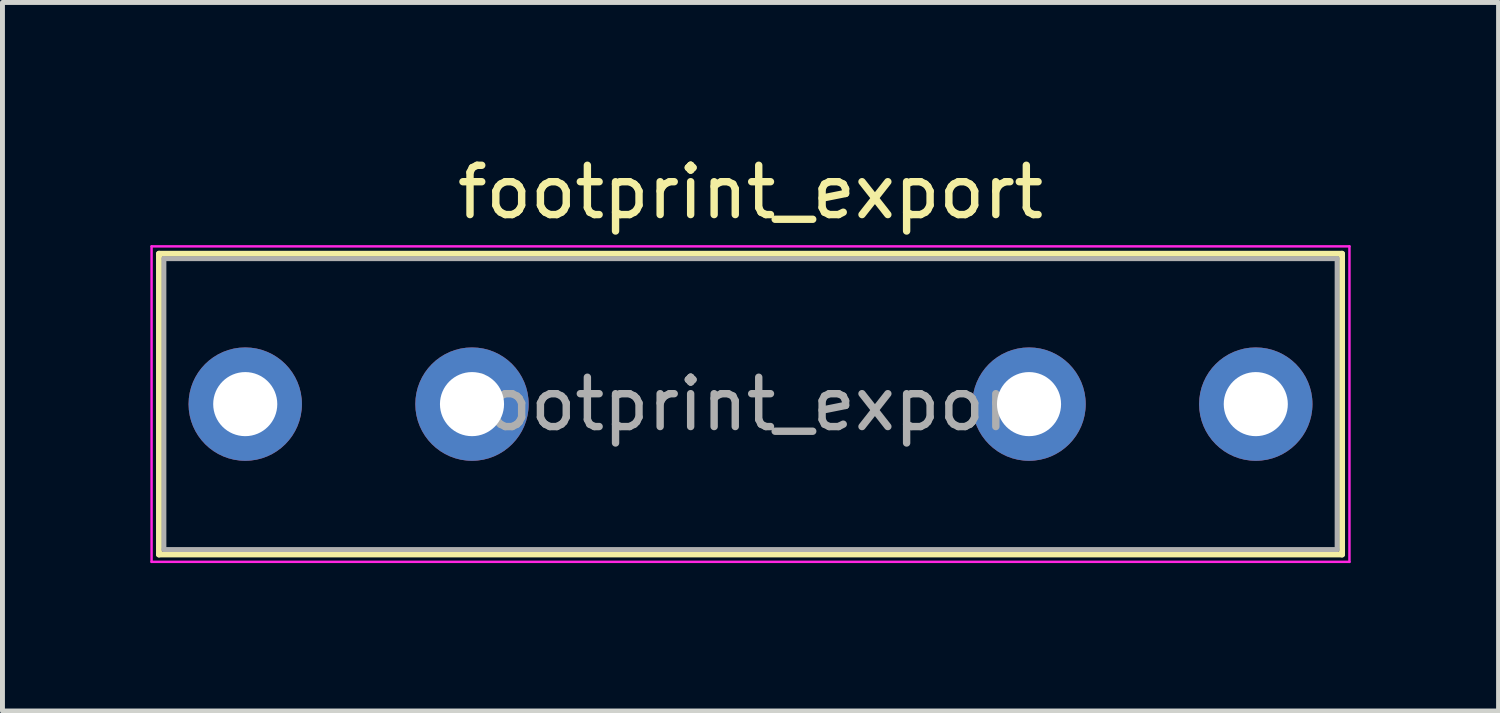
<source format=kicad_pcb>
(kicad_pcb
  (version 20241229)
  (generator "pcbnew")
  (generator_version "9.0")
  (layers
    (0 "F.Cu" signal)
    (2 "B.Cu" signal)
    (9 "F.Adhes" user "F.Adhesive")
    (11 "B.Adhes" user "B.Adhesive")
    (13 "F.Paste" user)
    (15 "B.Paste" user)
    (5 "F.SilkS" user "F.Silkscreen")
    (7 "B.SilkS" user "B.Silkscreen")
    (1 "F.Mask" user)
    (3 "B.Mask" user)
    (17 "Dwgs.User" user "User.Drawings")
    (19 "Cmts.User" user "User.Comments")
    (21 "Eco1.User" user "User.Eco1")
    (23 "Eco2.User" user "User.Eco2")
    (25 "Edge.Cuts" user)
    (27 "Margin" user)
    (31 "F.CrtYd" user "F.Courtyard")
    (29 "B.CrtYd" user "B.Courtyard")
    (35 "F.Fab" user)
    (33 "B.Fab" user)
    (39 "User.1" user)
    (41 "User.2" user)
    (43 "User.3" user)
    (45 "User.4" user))
  (footprint "footprint_export"
    (layer "F.Cu")
    (at 1.925 5.148)
    (property "Reference" "footprint_export" (at 10.25 -4.3 0) (unlocked yes) (layer "F.SilkS") (effects (font (size 1 1) (thickness 0.15))))
    (attr through_hole)
    (fp_line (start -1.75 -3.05) (end 22.25 -3.05) (stroke (width 0.12) (type solid)) (layer "F.SilkS"))
    (fp_line (start -1.75 3.05) (end -1.75 -3.05) (stroke (width 0.12) (type solid)) (layer "F.SilkS"))
    (fp_line (start 22.25 -3.05) (end 22.25 3.05) (stroke (width 0.12) (type solid)) (layer "F.SilkS"))
    (fp_line (start 22.25 3.05) (end -1.75 3.05) (stroke (width 0.12) (type solid)) (layer "F.SilkS"))
    (fp_line (start -1.9 -3.2) (end 22.4 -3.2) (stroke (width 0.05) (type solid)) (layer "F.CrtYd"))
    (fp_line (start -1.9 3.2) (end -1.9 -3.2) (stroke (width 0.05) (type solid)) (layer "F.CrtYd"))
    (fp_line (start 22.4 -3.2) (end 22.4 3.2) (stroke (width 0.05) (type solid)) (layer "F.CrtYd"))
    (fp_line (start 22.4 3.2) (end -1.9 3.2) (stroke (width 0.05) (type solid)) (layer "F.CrtYd"))
    (fp_line (start -1.65 -2.95) (end 22.15 -2.95) (stroke (width 0.1) (type solid)) (layer "F.Fab"))
    (fp_line (start -1.65 2.95) (end -1.65 -2.95) (stroke (width 0.1) (type solid)) (layer "F.Fab"))
    (fp_line (start 22.15 -2.95) (end 22.15 2.95) (stroke (width 0.1) (type solid)) (layer "F.Fab"))
    (fp_line (start 22.15 2.95) (end -1.65 2.95) (stroke (width 0.1) (type solid)) (layer "F.Fab"))
    (fp_text user "${REFERENCE}" (at 10.25 0 0) (unlocked yes) (layer "F.Fab") (effects (font (size 1 1) (thickness 0.15))))
    (pad "1" thru_hole circle (at 0 0) (size 2.3 2.3) (drill 1.3) (layers "*.Cu" "*.Mask"))
    (pad "1" thru_hole circle (at 4.6 0) (size 2.3 2.3) (drill 1.3) (layers "*.Cu" "*.Mask"))
    (pad "2" thru_hole circle (at 15.9 0) (size 2.3 2.3) (drill 1.3) (layers "*.Cu" "*.Mask"))
    (pad "2" thru_hole circle (at 20.5 0) (size 2.3 2.3) (drill 1.3) (layers "*.Cu" "*.Mask")))
  (gr_rect
    (start -3 -3)
    (end 27.35 11.373)
    (stroke (width 0.1) (type default))
    (fill no)
    (layer "Edge.Cuts")))
</source>
